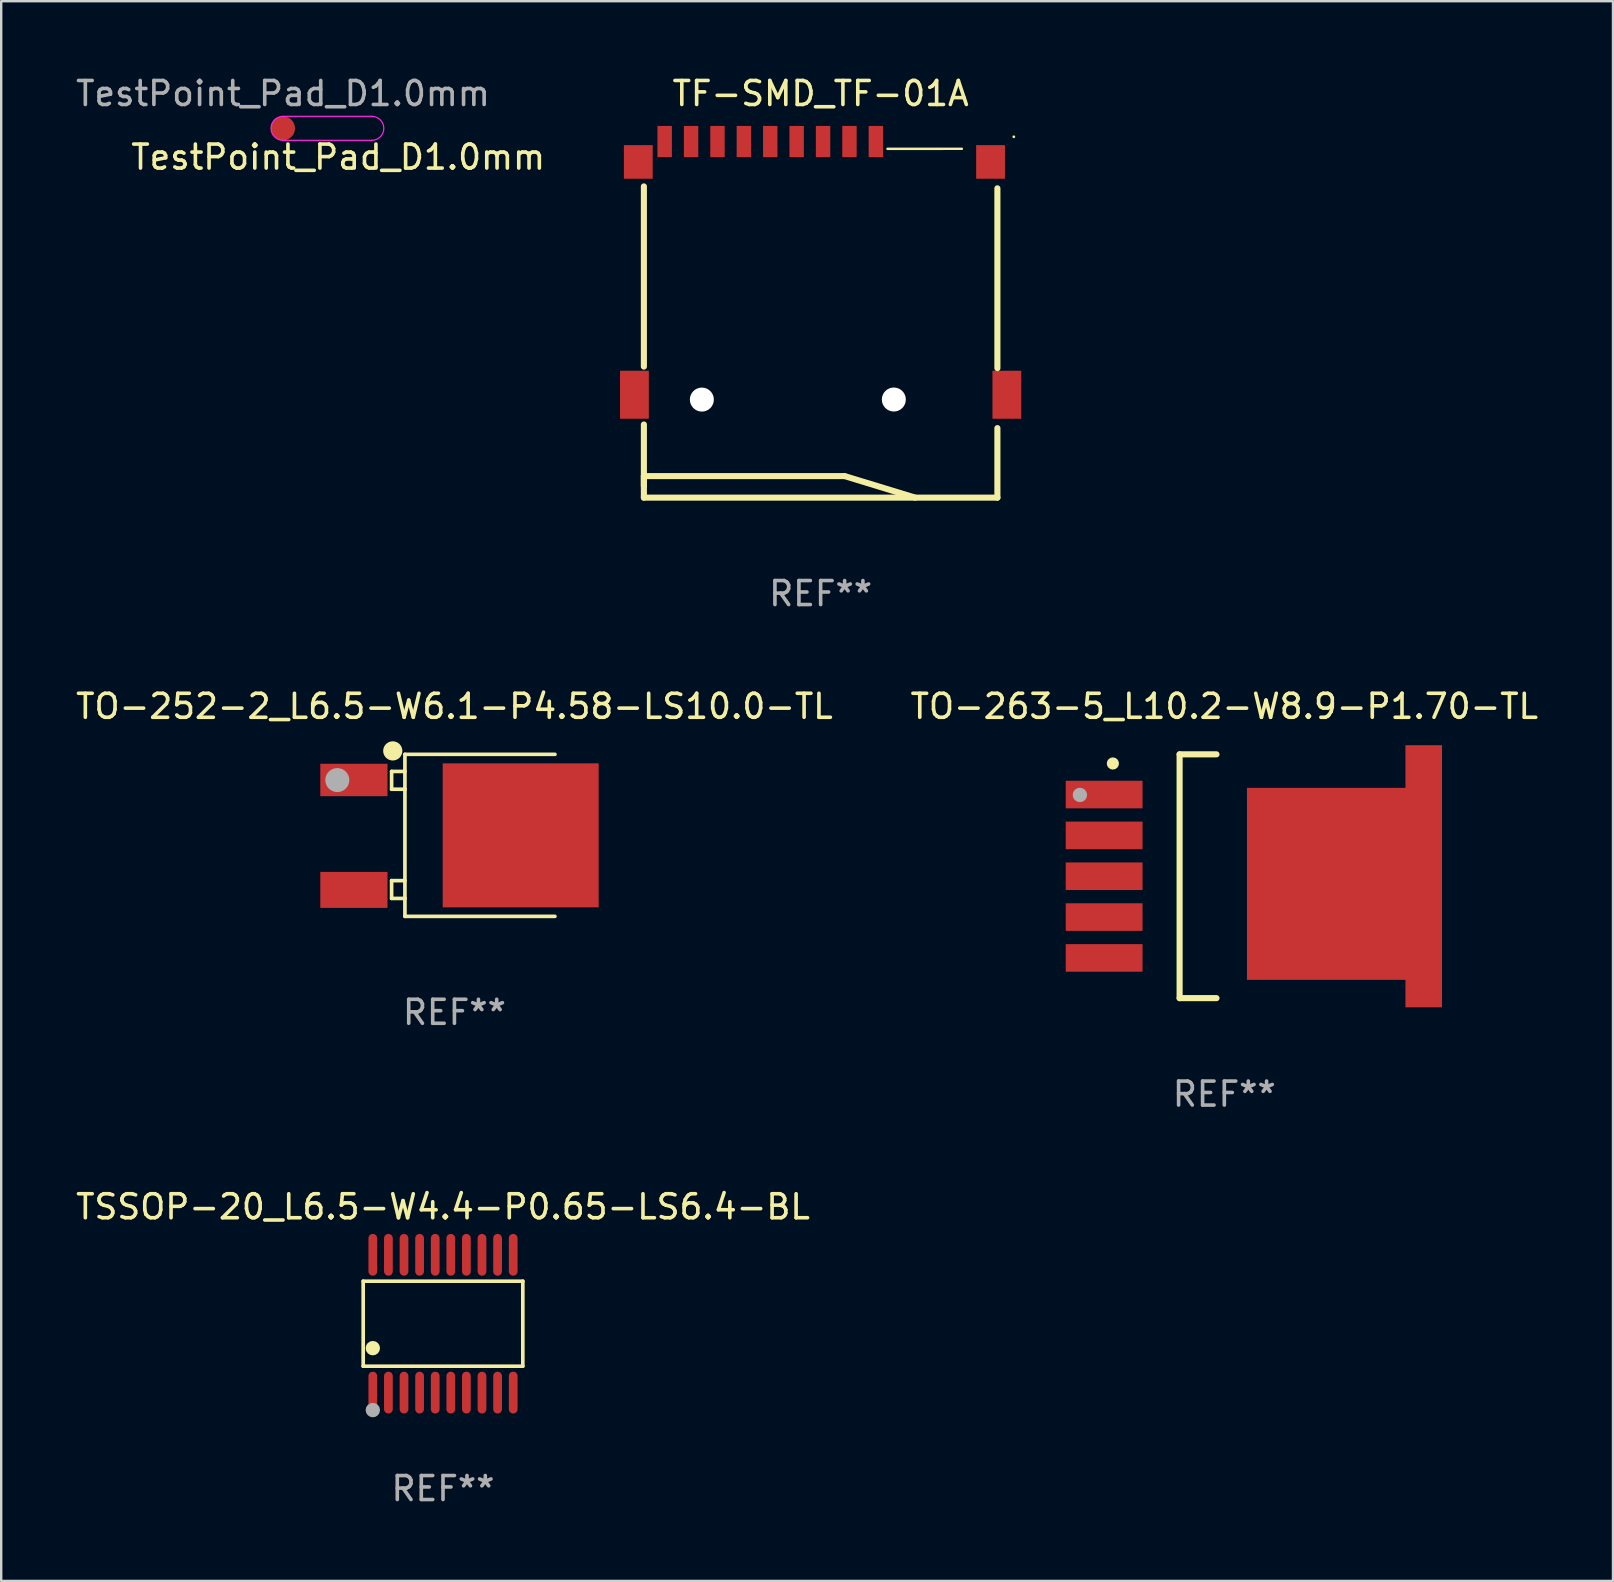
<source format=kicad_pcb>
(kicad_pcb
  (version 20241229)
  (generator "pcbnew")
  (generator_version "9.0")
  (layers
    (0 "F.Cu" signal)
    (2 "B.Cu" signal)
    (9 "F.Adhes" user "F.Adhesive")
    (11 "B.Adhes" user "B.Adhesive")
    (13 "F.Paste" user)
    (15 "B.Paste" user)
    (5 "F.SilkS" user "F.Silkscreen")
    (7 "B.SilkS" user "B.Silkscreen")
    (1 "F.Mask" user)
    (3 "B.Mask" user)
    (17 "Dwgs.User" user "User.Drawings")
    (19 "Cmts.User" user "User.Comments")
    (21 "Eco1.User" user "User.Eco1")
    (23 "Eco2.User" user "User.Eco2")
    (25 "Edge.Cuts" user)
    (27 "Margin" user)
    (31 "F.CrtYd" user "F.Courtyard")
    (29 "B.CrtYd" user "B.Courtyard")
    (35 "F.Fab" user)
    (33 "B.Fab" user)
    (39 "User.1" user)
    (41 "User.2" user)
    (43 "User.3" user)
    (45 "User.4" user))
  (footprint "TO-252-2_L6.5-W6.1-P4.58-LS10.0-TL"
    (layer "F.Cu")
    (at 15.173 31.744)
    (property "Reference" "TO-252-2_L6.5-W6.1-P4.58-LS10.0-TL" (at 0.714 -5.359 0) (layer "F.SilkS") (effects (font (size 1 1) (thickness 0.15))))
    (attr through_hole)
    (fp_line (start -1.904 -2.647) (end -1.904 -1.905) (stroke (width 0.152) (type solid)) (layer "F.SilkS"))
    (fp_line (start -1.904 -1.905) (end -1.348 -1.905) (stroke (width 0.152) (type solid)) (layer "F.SilkS"))
    (fp_line (start -1.904 1.903) (end -1.904 2.645) (stroke (width 0.152) (type solid)) (layer "F.SilkS"))
    (fp_line (start -1.904 2.645) (end -1.348 2.645) (stroke (width 0.152) (type solid)) (layer "F.SilkS"))
    (fp_line (start -1.349 -3.359) (end -1.349 3.393) (stroke (width 0.152) (type solid)) (layer "F.SilkS"))
    (fp_line (start -1.348 -2.647) (end -1.904 -2.647) (stroke (width 0.152) (type solid)) (layer "F.SilkS"))
    (fp_line (start -1.348 -1.905) (end -1.348 -1.916) (stroke (width 0.152) (type solid)) (layer "F.SilkS"))
    (fp_line (start -1.348 1.903) (end -1.904 1.903) (stroke (width 0.152) (type solid)) (layer "F.SilkS"))
    (fp_line (start -1.348 2.645) (end -1.348 2.635) (stroke (width 0.152) (type solid)) (layer "F.SilkS"))
    (fp_line (start 4.903 -3.359) (end -1.349 -3.359) (stroke (width 0.152) (type solid)) (layer "F.SilkS"))
    (fp_line (start 4.903 3.393) (end -1.349 3.393) (stroke (width 0.152) (type solid)) (layer "F.SilkS"))
    (fp_arc (start -1.856795 -3.302057) (mid -1.855669 -3.702053) (end -1.853967 -3.302059) (stroke (width 0.4) (type solid)) (layer "F.SilkS"))
    (fp_circle (center -4.166 -2.286) (end -3.916 -2.286) (stroke (width 0.5) (type solid)) (fill no) (layer "F.Fab"))
    (fp_text user "REF**" (at 0.714 7.393 0) (layer "F.Fab") (effects (font (size 1 1) (thickness 0.15))))
    (pad "1" smd rect (at -3.475 -2.29) (size 2.8 1.35) (layers "F.Cu" "F.Mask" "F.Paste"))
    (pad "3" smd rect (at -3.475 2.29) (size 2.8 1.5) (layers "F.Cu" "F.Mask" "F.Paste"))
    (pad "4" smd rect (at 3.475 0.017) (size 6.5 6) (layers "F.Cu" "F.Mask" "F.Paste")))
  (footprint "TO-263-5_L10.2-W8.9-P1.70-TL"
    (layer "F.Cu")
    (at 47.97 33.465)
    (property "Reference" "TO-263-5_L10.2-W8.9-P1.70-TL" (at 0 -7.08 0) (layer "F.SilkS") (effects (font (size 1 1) (thickness 0.15))))
    (attr through_hole)
    (fp_line (start -1.863 -5.08) (end -0.326 -5.08) (stroke (width 0.254) (type solid)) (layer "F.SilkS"))
    (fp_line (start -1.863 5.08) (end -1.863 -5.08) (stroke (width 0.254) (type solid)) (layer "F.SilkS"))
    (fp_line (start -0.326 5.08) (end -1.863 5.08) (stroke (width 0.254) (type solid)) (layer "F.SilkS"))
    (fp_circle (center -4.644 -4.699) (end -4.517 -4.699) (stroke (width 0.254) (type solid)) (fill no) (layer "F.SilkS"))
    (fp_circle (center -6.018 -3.388) (end -5.868 -3.388) (stroke (width 0.3) (type solid)) (fill no) (layer "F.Fab"))
    (fp_text user "REF**" (at 0 9.08 0) (layer "F.Fab") (effects (font (size 1 1) (thickness 0.15))))
    (pad "1" smd rect (at -5.008 -3.404) (size 3.2 1.15) (layers "F.Cu" "F.Mask" "F.Paste"))
    (pad "2" smd rect (at -5.008 -1.702) (size 3.2 1.15) (layers "F.Cu" "F.Mask" "F.Paste"))
    (pad "3" smd rect (at -5.008 0) (size 3.2 1.15) (layers "F.Cu" "F.Mask" "F.Paste"))
    (pad "4" smd rect (at -5.008 1.702) (size 3.2 1.15) (layers "F.Cu" "F.Mask" "F.Paste"))
    (pad "5" smd rect (at -5.008 3.404) (size 3.2 1.15) (layers "F.Cu" "F.Mask" "F.Paste"))
    (pad "6" smd custom (at 5.008 0.318) (size 0.1 0.1) (layers "F.Cu" "F.Mask" "F.Paste") (options (anchor circle)) (primitives (gr_poly (pts (xy -4.064 -4.001) (xy 2.54 -4.001) (xy 2.54 -5.779) (xy 4.064 -5.779) (xy 4.064 5.144) (xy 2.54 5.144) (xy 2.54 4) (xy -4.064 4)) (width 0) (fill yes)))))
  (footprint "TestPoint_Pad_D1.0mm"
    (layer "F.Cu")
    (at 8.744 2.298)
    (property "Reference" "TestPoint_Pad_D1.0mm" (at 2.3 1.2 0) (layer "F.SilkS") (effects (font (size 1 1) (thickness 0.15))))
    (attr exclude_from_pos_files exclude_from_bom)
    (fp_line (start 0 -0.5) (end 3.7 -0.5) (stroke (width 0.05) (type default)) (layer "F.CrtYd"))
    (fp_line (start 0 0.5) (end 3.7 0.5) (stroke (width 0.05) (type default)) (layer "F.CrtYd"))
    (fp_arc (start 0 0.5) (mid -0.5 0) (end 0 -0.5) (stroke (width 0.05) (type default)) (layer "F.CrtYd"))
    (fp_arc (start 3.7 -0.5) (mid 4.2 0) (end 3.7 0.5) (stroke (width 0.05) (type default)) (layer "F.CrtYd"))
    (fp_text user "${REFERENCE}" (at 0 -1.45 0) (layer "F.Fab") (effects (font (size 1 1) (thickness 0.15))))
    (pad "1" smd circle (at 0 0) (size 1 1) (layers "F.Cu" "F.Mask")))
  (footprint "TF-SMD_TF-01A"
    (layer "F.Cu")
    (at 31.148 8.124)
    (property "Reference" "TF-SMD_TF-01A" (at 0 -7.276 0) (layer "F.SilkS") (effects (font (size 1 1) (thickness 0.15))))
    (attr through_hole)
    (fp_line (start -7.366 -3.406) (end -7.366 4.103) (stroke (width 0.254) (type solid)) (layer "F.SilkS"))
    (fp_line (start -7.366 6.516) (end -7.366 9.564) (stroke (width 0.254) (type solid)) (layer "F.SilkS"))
    (fp_line (start -7.366 8.667) (end 1 8.666) (stroke (width 0.254) (type solid)) (layer "F.SilkS"))
    (fp_line (start -7.366 9.091) (end -7.366 8.667) (stroke (width 0.254) (type solid)) (layer "F.SilkS"))
    (fp_line (start -7.366 9.564) (end 7.366 9.564) (stroke (width 0.254) (type solid)) (layer "F.SilkS"))
    (fp_line (start 1 8.666) (end 3.937 9.563) (stroke (width 0.254) (type solid)) (layer "F.SilkS"))
    (fp_line (start 2.786 -4.972) (end 5.885 -4.973) (stroke (width 0.102) (type solid)) (layer "F.SilkS"))
    (fp_line (start 7.366 4.167) (end 7.366 -3.326) (stroke (width 0.254) (type solid)) (layer "F.SilkS"))
    (fp_line (start 7.366 9.564) (end 7.366 6.666) (stroke (width 0.254) (type solid)) (layer "F.SilkS"))
    (fp_circle (center 8.05 -5.474) (end 8.08 -5.474) (stroke (width 0.06) (type solid)) (fill no) (layer "F.SilkS"))
    (fp_circle (center -4.95 5.478) (end -4.75 5.478) (stroke (width 0.4) (type solid)) (fill no) (layer "F.Fab"))
    (fp_circle (center 3.05 5.475) (end 3.25 5.475) (stroke (width 0.4) (type solid)) (fill no) (layer "F.Fab"))
    (fp_text user "REF**" (at 0 13.564 0) (layer "F.Fab") (effects (font (size 1 1) (thickness 0.15))))
    (pad "" np_thru_hole circle (at -4.95 5.478) (size 1 1) (drill 1) (layers "*.Cu" "*.Mask"))
    (pad "" np_thru_hole circle (at 3.05 5.475) (size 1 1) (drill 1) (layers "*.Cu" "*.Mask"))
    (pad "1" smd rect (at 2.301 -5.276) (size 0.6 1.3) (layers "F.Cu" "F.Mask" "F.Paste"))
    (pad "2" smd rect (at 1.201 -5.276) (size 0.6 1.3) (layers "F.Cu" "F.Mask" "F.Paste"))
    (pad "3" smd rect (at 0.101 -5.276) (size 0.6 1.3) (layers "F.Cu" "F.Mask" "F.Paste"))
    (pad "4" smd rect (at -0.999 -5.276) (size 0.6 1.3) (layers "F.Cu" "F.Mask" "F.Paste"))
    (pad "5" smd rect (at -2.099 -5.276) (size 0.6 1.3) (layers "F.Cu" "F.Mask" "F.Paste"))
    (pad "6" smd rect (at -3.199 -5.276) (size 0.6 1.3) (layers "F.Cu" "F.Mask" "F.Paste"))
    (pad "7" smd rect (at -4.299 -5.276) (size 0.6 1.3) (layers "F.Cu" "F.Mask" "F.Paste"))
    (pad "8" smd rect (at -5.399 -5.276) (size 0.6 1.3) (layers "F.Cu" "F.Mask" "F.Paste"))
    (pad "9" smd rect (at -6.499 -5.276) (size 0.6 1.3) (layers "F.Cu" "F.Mask" "F.Paste"))
    (pad "10" smd rect (at -7.599 -4.426) (size 1.2 1.4) (layers "F.Cu" "F.Mask" "F.Paste"))
    (pad "11" smd rect (at -7.76 5.276) (size 1.2 2) (layers "F.Cu" "F.Mask" "F.Paste"))
    (pad "12" smd rect (at 7.76 5.276) (size 1.2 2) (layers "F.Cu" "F.Mask" "F.Paste"))
    (pad "13" smd rect (at 7.081 -4.426) (size 1.2 1.4) (layers "F.Cu" "F.Mask" "F.Paste")))
  (footprint "TSSOP-20_L6.5-W4.4-P0.65-LS6.4-BL"
    (layer "F.Cu")
    (at 15.411 52.112)
    (property "Reference" "TSSOP-20_L6.5-W4.4-P0.65-LS6.4-BL" (at 0 -4.871 0) (layer "F.SilkS") (effects (font (size 1 1) (thickness 0.15))))
    (attr through_hole)
    (fp_line (start -3.326 -1.771) (end 3.326 -1.771) (stroke (width 0.152) (type solid)) (layer "F.SilkS"))
    (fp_line (start -3.326 1.771) (end -3.326 -1.771) (stroke (width 0.152) (type solid)) (layer "F.SilkS"))
    (fp_line (start 3.326 -1.771) (end 3.326 1.771) (stroke (width 0.152) (type solid)) (layer "F.SilkS"))
    (fp_line (start 3.326 1.771) (end -3.326 1.771) (stroke (width 0.152) (type solid)) (layer "F.SilkS"))
    (fp_circle (center -2.925 1.019) (end -2.775 1.019) (stroke (width 0.3) (type solid)) (fill no) (layer "F.SilkS"))
    (fp_circle (center -2.925 3.6) (end -2.775 3.6) (stroke (width 0.3) (type solid)) (fill no) (layer "F.Fab"))
    (fp_text user "REF**" (at 0 6.871 0) (layer "F.Fab") (effects (font (size 1 1) (thickness 0.15))))
    (pad "1" smd oval (at -2.925 2.871) (size 0.364 1.742) (layers "F.Cu" "F.Mask" "F.Paste"))
    (pad "2" smd oval (at -2.275 2.871) (size 0.364 1.742) (layers "F.Cu" "F.Mask" "F.Paste"))
    (pad "3" smd oval (at -1.625 2.871) (size 0.364 1.742) (layers "F.Cu" "F.Mask" "F.Paste"))
    (pad "4" smd oval (at -0.975 2.871) (size 0.364 1.742) (layers "F.Cu" "F.Mask" "F.Paste"))
    (pad "5" smd oval (at -0.325 2.871) (size 0.364 1.742) (layers "F.Cu" "F.Mask" "F.Paste"))
    (pad "6" smd oval (at 0.325 2.871) (size 0.364 1.742) (layers "F.Cu" "F.Mask" "F.Paste"))
    (pad "7" smd oval (at 0.975 2.871) (size 0.364 1.742) (layers "F.Cu" "F.Mask" "F.Paste"))
    (pad "8" smd oval (at 1.625 2.871) (size 0.364 1.742) (layers "F.Cu" "F.Mask" "F.Paste"))
    (pad "9" smd oval (at 2.275 2.871) (size 0.364 1.742) (layers "F.Cu" "F.Mask" "F.Paste"))
    (pad "10" smd oval (at 2.925 2.871) (size 0.364 1.742) (layers "F.Cu" "F.Mask" "F.Paste"))
    (pad "11" smd oval (at 2.925 -2.871) (size 0.364 1.742) (layers "F.Cu" "F.Mask" "F.Paste"))
    (pad "12" smd oval (at 2.275 -2.871) (size 0.364 1.742) (layers "F.Cu" "F.Mask" "F.Paste"))
    (pad "13" smd oval (at 1.625 -2.871) (size 0.364 1.742) (layers "F.Cu" "F.Mask" "F.Paste"))
    (pad "14" smd oval (at 0.975 -2.871) (size 0.364 1.742) (layers "F.Cu" "F.Mask" "F.Paste"))
    (pad "15" smd oval (at 0.325 -2.871) (size 0.364 1.742) (layers "F.Cu" "F.Mask" "F.Paste"))
    (pad "16" smd oval (at -0.325 -2.871) (size 0.364 1.742) (layers "F.Cu" "F.Mask" "F.Paste"))
    (pad "17" smd oval (at -0.975 -2.871) (size 0.364 1.742) (layers "F.Cu" "F.Mask" "F.Paste"))
    (pad "18" smd oval (at -1.625 -2.871) (size 0.364 1.742) (layers "F.Cu" "F.Mask" "F.Paste"))
    (pad "19" smd oval (at -2.275 -2.871) (size 0.364 1.742) (layers "F.Cu" "F.Mask" "F.Paste"))
    (pad "20" smd oval (at -2.925 -2.871) (size 0.364 1.742) (layers "F.Cu" "F.Mask" "F.Paste")))
  (gr_rect
    (start -3 -3)
    (end 64.167 62.832)
    (stroke (width 0.1) (type default))
    (fill no)
    (layer "Edge.Cuts")))
</source>
